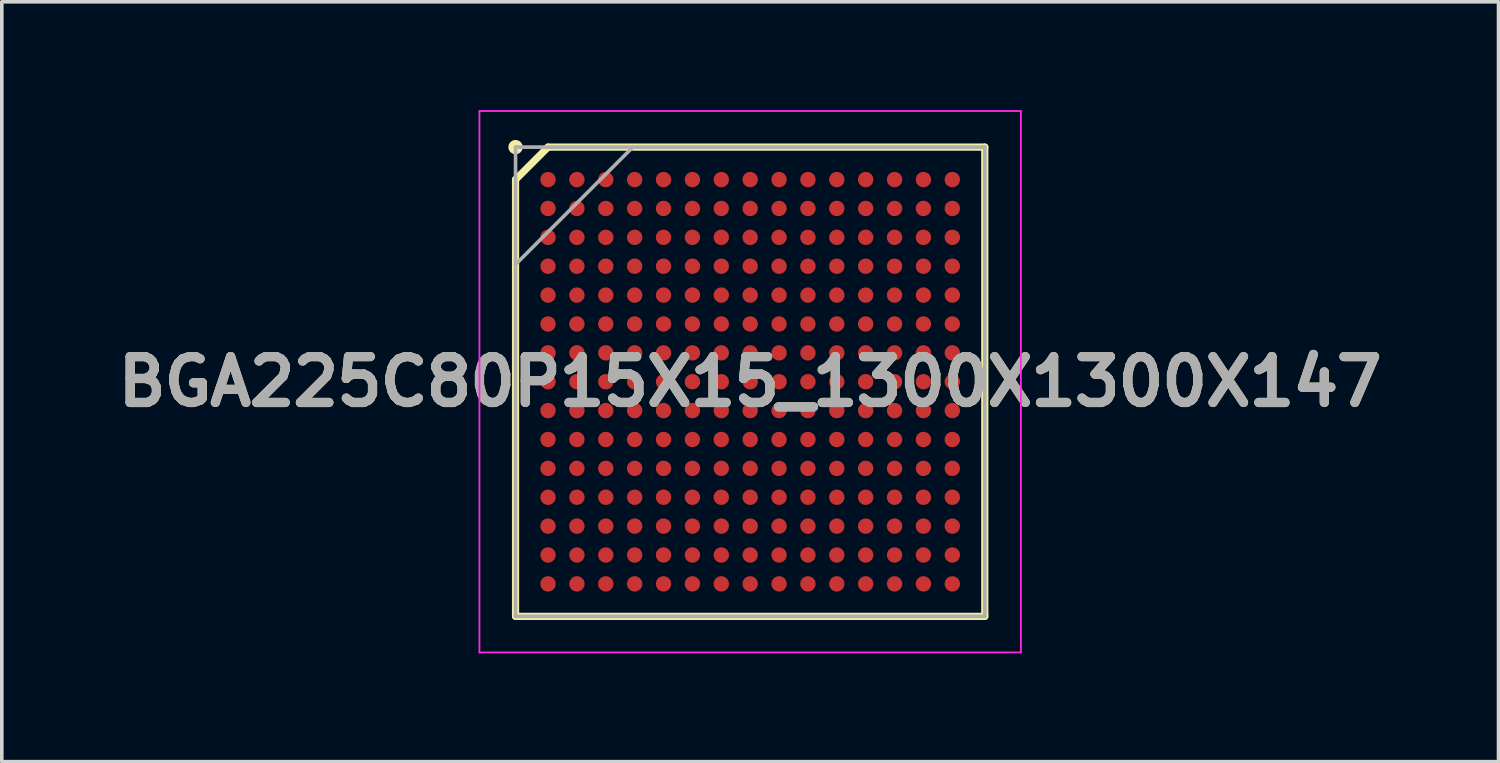
<source format=kicad_pcb>
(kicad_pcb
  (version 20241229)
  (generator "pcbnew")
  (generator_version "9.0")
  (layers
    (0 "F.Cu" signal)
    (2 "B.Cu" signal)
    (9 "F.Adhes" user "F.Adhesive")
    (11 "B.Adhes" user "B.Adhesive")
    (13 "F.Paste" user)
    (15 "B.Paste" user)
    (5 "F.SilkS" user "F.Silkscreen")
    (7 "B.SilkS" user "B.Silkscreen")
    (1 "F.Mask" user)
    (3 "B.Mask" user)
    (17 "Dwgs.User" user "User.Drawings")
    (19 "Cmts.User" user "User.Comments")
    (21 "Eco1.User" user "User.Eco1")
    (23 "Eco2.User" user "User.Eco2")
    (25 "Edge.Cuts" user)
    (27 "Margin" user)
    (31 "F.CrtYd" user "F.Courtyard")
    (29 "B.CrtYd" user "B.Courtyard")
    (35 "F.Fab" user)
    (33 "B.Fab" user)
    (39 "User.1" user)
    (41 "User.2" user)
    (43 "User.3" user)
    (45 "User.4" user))
  (footprint "BGA225C80P15X15_1300X1300X147"
    (layer "F.Cu")
    (at 17.732 7.525)
    (property "Reference" "BGA225C80P15X15_1300X1300X147" (at 0 0 0) (layer "F.SilkS") (effects (font (size 1.27 1.27) (thickness 0.254))))
    (attr smd)
    (fp_line (start -6.5 -5.6) (end -5.6 -6.5) (stroke (width 0.2) (type solid)) (layer "F.SilkS"))
    (fp_line (start -6.5 6.5) (end -6.5 -5.6) (stroke (width 0.2) (type solid)) (layer "F.SilkS"))
    (fp_line (start -5.6 -6.5) (end 6.5 -6.5) (stroke (width 0.2) (type solid)) (layer "F.SilkS"))
    (fp_line (start 6.5 -6.5) (end 6.5 6.5) (stroke (width 0.2) (type solid)) (layer "F.SilkS"))
    (fp_line (start 6.5 6.5) (end -6.5 6.5) (stroke (width 0.2) (type solid)) (layer "F.SilkS"))
    (fp_circle (center -6.5 -6.5) (end -6.5 -6.4) (stroke (width 0.2) (type solid)) (fill no) (layer "F.SilkS"))
    (fp_line (start -7.5 -7.5) (end 7.5 -7.5) (stroke (width 0.05) (type solid)) (layer "F.CrtYd"))
    (fp_line (start -7.5 7.5) (end -7.5 -7.5) (stroke (width 0.05) (type solid)) (layer "F.CrtYd"))
    (fp_line (start 7.5 -7.5) (end 7.5 7.5) (stroke (width 0.05) (type solid)) (layer "F.CrtYd"))
    (fp_line (start 7.5 7.5) (end -7.5 7.5) (stroke (width 0.05) (type solid)) (layer "F.CrtYd"))
    (fp_line (start -6.5 -6.5) (end 6.5 -6.5) (stroke (width 0.1) (type solid)) (layer "F.Fab"))
    (fp_line (start -6.5 -3.25) (end -3.25 -6.5) (stroke (width 0.1) (type solid)) (layer "F.Fab"))
    (fp_line (start -6.5 6.5) (end -6.5 -6.5) (stroke (width 0.1) (type solid)) (layer "F.Fab"))
    (fp_line (start 6.5 -6.5) (end 6.5 6.5) (stroke (width 0.1) (type solid)) (layer "F.Fab"))
    (fp_line (start 6.5 6.5) (end -6.5 6.5) (stroke (width 0.1) (type solid)) (layer "F.Fab"))
    (fp_text user "${REFERENCE}" (at 0 0 0) (layer "F.Fab") (effects (font (size 1.27 1.27) (thickness 0.254))))
    (pad "A1" smd circle (at -5.6 -5.6 90) (size 0.426 0.426) (layers "F.Cu" "F.Mask" "F.Paste"))
    (pad "A2" smd circle (at -4.8 -5.6 90) (size 0.426 0.426) (layers "F.Cu" "F.Mask" "F.Paste"))
    (pad "A3" smd circle (at -4 -5.6 90) (size 0.426 0.426) (layers "F.Cu" "F.Mask" "F.Paste"))
    (pad "A4" smd circle (at -3.2 -5.6 90) (size 0.426 0.426) (layers "F.Cu" "F.Mask" "F.Paste"))
    (pad "A5" smd circle (at -2.4 -5.6 90) (size 0.426 0.426) (layers "F.Cu" "F.Mask" "F.Paste"))
    (pad "A6" smd circle (at -1.6 -5.6 90) (size 0.426 0.426) (layers "F.Cu" "F.Mask" "F.Paste"))
    (pad "A7" smd circle (at -0.8 -5.6 90) (size 0.426 0.426) (layers "F.Cu" "F.Mask" "F.Paste"))
    (pad "A8" smd circle (at 0 -5.6 90) (size 0.426 0.426) (layers "F.Cu" "F.Mask" "F.Paste"))
    (pad "A9" smd circle (at 0.8 -5.6 90) (size 0.426 0.426) (layers "F.Cu" "F.Mask" "F.Paste"))
    (pad "A10" smd circle (at 1.6 -5.6 90) (size 0.426 0.426) (layers "F.Cu" "F.Mask" "F.Paste"))
    (pad "A11" smd circle (at 2.4 -5.6 90) (size 0.426 0.426) (layers "F.Cu" "F.Mask" "F.Paste"))
    (pad "A12" smd circle (at 3.2 -5.6 90) (size 0.426 0.426) (layers "F.Cu" "F.Mask" "F.Paste"))
    (pad "A13" smd circle (at 4 -5.6 90) (size 0.426 0.426) (layers "F.Cu" "F.Mask" "F.Paste"))
    (pad "A14" smd circle (at 4.8 -5.6 90) (size 0.426 0.426) (layers "F.Cu" "F.Mask" "F.Paste"))
    (pad "A15" smd circle (at 5.6 -5.6 90) (size 0.426 0.426) (layers "F.Cu" "F.Mask" "F.Paste"))
    (pad "B1" smd circle (at -5.6 -4.8 90) (size 0.426 0.426) (layers "F.Cu" "F.Mask" "F.Paste"))
    (pad "B2" smd circle (at -4.8 -4.8 90) (size 0.426 0.426) (layers "F.Cu" "F.Mask" "F.Paste"))
    (pad "B3" smd circle (at -4 -4.8 90) (size 0.426 0.426) (layers "F.Cu" "F.Mask" "F.Paste"))
    (pad "B4" smd circle (at -3.2 -4.8 90) (size 0.426 0.426) (layers "F.Cu" "F.Mask" "F.Paste"))
    (pad "B5" smd circle (at -2.4 -4.8 90) (size 0.426 0.426) (layers "F.Cu" "F.Mask" "F.Paste"))
    (pad "B6" smd circle (at -1.6 -4.8 90) (size 0.426 0.426) (layers "F.Cu" "F.Mask" "F.Paste"))
    (pad "B7" smd circle (at -0.8 -4.8 90) (size 0.426 0.426) (layers "F.Cu" "F.Mask" "F.Paste"))
    (pad "B8" smd circle (at 0 -4.8 90) (size 0.426 0.426) (layers "F.Cu" "F.Mask" "F.Paste"))
    (pad "B9" smd circle (at 0.8 -4.8 90) (size 0.426 0.426) (layers "F.Cu" "F.Mask" "F.Paste"))
    (pad "B10" smd circle (at 1.6 -4.8 90) (size 0.426 0.426) (layers "F.Cu" "F.Mask" "F.Paste"))
    (pad "B11" smd circle (at 2.4 -4.8 90) (size 0.426 0.426) (layers "F.Cu" "F.Mask" "F.Paste"))
    (pad "B12" smd circle (at 3.2 -4.8 90) (size 0.426 0.426) (layers "F.Cu" "F.Mask" "F.Paste"))
    (pad "B13" smd circle (at 4 -4.8 90) (size 0.426 0.426) (layers "F.Cu" "F.Mask" "F.Paste"))
    (pad "B14" smd circle (at 4.8 -4.8 90) (size 0.426 0.426) (layers "F.Cu" "F.Mask" "F.Paste"))
    (pad "B15" smd circle (at 5.6 -4.8 90) (size 0.426 0.426) (layers "F.Cu" "F.Mask" "F.Paste"))
    (pad "C1" smd circle (at -5.6 -4 90) (size 0.426 0.426) (layers "F.Cu" "F.Mask" "F.Paste"))
    (pad "C2" smd circle (at -4.8 -4 90) (size 0.426 0.426) (layers "F.Cu" "F.Mask" "F.Paste"))
    (pad "C3" smd circle (at -4 -4 90) (size 0.426 0.426) (layers "F.Cu" "F.Mask" "F.Paste"))
    (pad "C4" smd circle (at -3.2 -4 90) (size 0.426 0.426) (layers "F.Cu" "F.Mask" "F.Paste"))
    (pad "C5" smd circle (at -2.4 -4 90) (size 0.426 0.426) (layers "F.Cu" "F.Mask" "F.Paste"))
    (pad "C6" smd circle (at -1.6 -4 90) (size 0.426 0.426) (layers "F.Cu" "F.Mask" "F.Paste"))
    (pad "C7" smd circle (at -0.8 -4 90) (size 0.426 0.426) (layers "F.Cu" "F.Mask" "F.Paste"))
    (pad "C8" smd circle (at 0 -4 90) (size 0.426 0.426) (layers "F.Cu" "F.Mask" "F.Paste"))
    (pad "C9" smd circle (at 0.8 -4 90) (size 0.426 0.426) (layers "F.Cu" "F.Mask" "F.Paste"))
    (pad "C10" smd circle (at 1.6 -4 90) (size 0.426 0.426) (layers "F.Cu" "F.Mask" "F.Paste"))
    (pad "C11" smd circle (at 2.4 -4 90) (size 0.426 0.426) (layers "F.Cu" "F.Mask" "F.Paste"))
    (pad "C12" smd circle (at 3.2 -4 90) (size 0.426 0.426) (layers "F.Cu" "F.Mask" "F.Paste"))
    (pad "C13" smd circle (at 4 -4 90) (size 0.426 0.426) (layers "F.Cu" "F.Mask" "F.Paste"))
    (pad "C14" smd circle (at 4.8 -4 90) (size 0.426 0.426) (layers "F.Cu" "F.Mask" "F.Paste"))
    (pad "C15" smd circle (at 5.6 -4 90) (size 0.426 0.426) (layers "F.Cu" "F.Mask" "F.Paste"))
    (pad "D1" smd circle (at -5.6 -3.2 90) (size 0.426 0.426) (layers "F.Cu" "F.Mask" "F.Paste"))
    (pad "D2" smd circle (at -4.8 -3.2 90) (size 0.426 0.426) (layers "F.Cu" "F.Mask" "F.Paste"))
    (pad "D3" smd circle (at -4 -3.2 90) (size 0.426 0.426) (layers "F.Cu" "F.Mask" "F.Paste"))
    (pad "D4" smd circle (at -3.2 -3.2 90) (size 0.426 0.426) (layers "F.Cu" "F.Mask" "F.Paste"))
    (pad "D5" smd circle (at -2.4 -3.2 90) (size 0.426 0.426) (layers "F.Cu" "F.Mask" "F.Paste"))
    (pad "D6" smd circle (at -1.6 -3.2 90) (size 0.426 0.426) (layers "F.Cu" "F.Mask" "F.Paste"))
    (pad "D7" smd circle (at -0.8 -3.2 90) (size 0.426 0.426) (layers "F.Cu" "F.Mask" "F.Paste"))
    (pad "D8" smd circle (at 0 -3.2 90) (size 0.426 0.426) (layers "F.Cu" "F.Mask" "F.Paste"))
    (pad "D9" smd circle (at 0.8 -3.2 90) (size 0.426 0.426) (layers "F.Cu" "F.Mask" "F.Paste"))
    (pad "D10" smd circle (at 1.6 -3.2 90) (size 0.426 0.426) (layers "F.Cu" "F.Mask" "F.Paste"))
    (pad "D11" smd circle (at 2.4 -3.2 90) (size 0.426 0.426) (layers "F.Cu" "F.Mask" "F.Paste"))
    (pad "D12" smd circle (at 3.2 -3.2 90) (size 0.426 0.426) (layers "F.Cu" "F.Mask" "F.Paste"))
    (pad "D13" smd circle (at 4 -3.2 90) (size 0.426 0.426) (layers "F.Cu" "F.Mask" "F.Paste"))
    (pad "D14" smd circle (at 4.8 -3.2 90) (size 0.426 0.426) (layers "F.Cu" "F.Mask" "F.Paste"))
    (pad "D15" smd circle (at 5.6 -3.2 90) (size 0.426 0.426) (layers "F.Cu" "F.Mask" "F.Paste"))
    (pad "E1" smd circle (at -5.6 -2.4 90) (size 0.426 0.426) (layers "F.Cu" "F.Mask" "F.Paste"))
    (pad "E2" smd circle (at -4.8 -2.4 90) (size 0.426 0.426) (layers "F.Cu" "F.Mask" "F.Paste"))
    (pad "E3" smd circle (at -4 -2.4 90) (size 0.426 0.426) (layers "F.Cu" "F.Mask" "F.Paste"))
    (pad "E4" smd circle (at -3.2 -2.4 90) (size 0.426 0.426) (layers "F.Cu" "F.Mask" "F.Paste"))
    (pad "E5" smd circle (at -2.4 -2.4 90) (size 0.426 0.426) (layers "F.Cu" "F.Mask" "F.Paste"))
    (pad "E6" smd circle (at -1.6 -2.4 90) (size 0.426 0.426) (layers "F.Cu" "F.Mask" "F.Paste"))
    (pad "E7" smd circle (at -0.8 -2.4 90) (size 0.426 0.426) (layers "F.Cu" "F.Mask" "F.Paste"))
    (pad "E8" smd circle (at 0 -2.4 90) (size 0.426 0.426) (layers "F.Cu" "F.Mask" "F.Paste"))
    (pad "E9" smd circle (at 0.8 -2.4 90) (size 0.426 0.426) (layers "F.Cu" "F.Mask" "F.Paste"))
    (pad "E10" smd circle (at 1.6 -2.4 90) (size 0.426 0.426) (layers "F.Cu" "F.Mask" "F.Paste"))
    (pad "E11" smd circle (at 2.4 -2.4 90) (size 0.426 0.426) (layers "F.Cu" "F.Mask" "F.Paste"))
    (pad "E12" smd circle (at 3.2 -2.4 90) (size 0.426 0.426) (layers "F.Cu" "F.Mask" "F.Paste"))
    (pad "E13" smd circle (at 4 -2.4 90) (size 0.426 0.426) (layers "F.Cu" "F.Mask" "F.Paste"))
    (pad "E14" smd circle (at 4.8 -2.4 90) (size 0.426 0.426) (layers "F.Cu" "F.Mask" "F.Paste"))
    (pad "E15" smd circle (at 5.6 -2.4 90) (size 0.426 0.426) (layers "F.Cu" "F.Mask" "F.Paste"))
    (pad "F1" smd circle (at -5.6 -1.6 90) (size 0.426 0.426) (layers "F.Cu" "F.Mask" "F.Paste"))
    (pad "F2" smd circle (at -4.8 -1.6 90) (size 0.426 0.426) (layers "F.Cu" "F.Mask" "F.Paste"))
    (pad "F3" smd circle (at -4 -1.6 90) (size 0.426 0.426) (layers "F.Cu" "F.Mask" "F.Paste"))
    (pad "F4" smd circle (at -3.2 -1.6 90) (size 0.426 0.426) (layers "F.Cu" "F.Mask" "F.Paste"))
    (pad "F5" smd circle (at -2.4 -1.6 90) (size 0.426 0.426) (layers "F.Cu" "F.Mask" "F.Paste"))
    (pad "F6" smd circle (at -1.6 -1.6 90) (size 0.426 0.426) (layers "F.Cu" "F.Mask" "F.Paste"))
    (pad "F7" smd circle (at -0.8 -1.6 90) (size 0.426 0.426) (layers "F.Cu" "F.Mask" "F.Paste"))
    (pad "F8" smd circle (at 0 -1.6 90) (size 0.426 0.426) (layers "F.Cu" "F.Mask" "F.Paste"))
    (pad "F9" smd circle (at 0.8 -1.6 90) (size 0.426 0.426) (layers "F.Cu" "F.Mask" "F.Paste"))
    (pad "F10" smd circle (at 1.6 -1.6 90) (size 0.426 0.426) (layers "F.Cu" "F.Mask" "F.Paste"))
    (pad "F11" smd circle (at 2.4 -1.6 90) (size 0.426 0.426) (layers "F.Cu" "F.Mask" "F.Paste"))
    (pad "F12" smd circle (at 3.2 -1.6 90) (size 0.426 0.426) (layers "F.Cu" "F.Mask" "F.Paste"))
    (pad "F13" smd circle (at 4 -1.6 90) (size 0.426 0.426) (layers "F.Cu" "F.Mask" "F.Paste"))
    (pad "F14" smd circle (at 4.8 -1.6 90) (size 0.426 0.426) (layers "F.Cu" "F.Mask" "F.Paste"))
    (pad "F15" smd circle (at 5.6 -1.6 90) (size 0.426 0.426) (layers "F.Cu" "F.Mask" "F.Paste"))
    (pad "G1" smd circle (at -5.6 -0.8 90) (size 0.426 0.426) (layers "F.Cu" "F.Mask" "F.Paste"))
    (pad "G2" smd circle (at -4.8 -0.8 90) (size 0.426 0.426) (layers "F.Cu" "F.Mask" "F.Paste"))
    (pad "G3" smd circle (at -4 -0.8 90) (size 0.426 0.426) (layers "F.Cu" "F.Mask" "F.Paste"))
    (pad "G4" smd circle (at -3.2 -0.8 90) (size 0.426 0.426) (layers "F.Cu" "F.Mask" "F.Paste"))
    (pad "G5" smd circle (at -2.4 -0.8 90) (size 0.426 0.426) (layers "F.Cu" "F.Mask" "F.Paste"))
    (pad "G6" smd circle (at -1.6 -0.8 90) (size 0.426 0.426) (layers "F.Cu" "F.Mask" "F.Paste"))
    (pad "G7" smd circle (at -0.8 -0.8 90) (size 0.426 0.426) (layers "F.Cu" "F.Mask" "F.Paste"))
    (pad "G8" smd circle (at 0 -0.8 90) (size 0.426 0.426) (layers "F.Cu" "F.Mask" "F.Paste"))
    (pad "G9" smd circle (at 0.8 -0.8 90) (size 0.426 0.426) (layers "F.Cu" "F.Mask" "F.Paste"))
    (pad "G10" smd circle (at 1.6 -0.8 90) (size 0.426 0.426) (layers "F.Cu" "F.Mask" "F.Paste"))
    (pad "G11" smd circle (at 2.4 -0.8 90) (size 0.426 0.426) (layers "F.Cu" "F.Mask" "F.Paste"))
    (pad "G12" smd circle (at 3.2 -0.8 90) (size 0.426 0.426) (layers "F.Cu" "F.Mask" "F.Paste"))
    (pad "G13" smd circle (at 4 -0.8 90) (size 0.426 0.426) (layers "F.Cu" "F.Mask" "F.Paste"))
    (pad "G14" smd circle (at 4.8 -0.8 90) (size 0.426 0.426) (layers "F.Cu" "F.Mask" "F.Paste"))
    (pad "G15" smd circle (at 5.6 -0.8 90) (size 0.426 0.426) (layers "F.Cu" "F.Mask" "F.Paste"))
    (pad "H1" smd circle (at -5.6 0 90) (size 0.426 0.426) (layers "F.Cu" "F.Mask" "F.Paste"))
    (pad "H2" smd circle (at -4.8 0 90) (size 0.426 0.426) (layers "F.Cu" "F.Mask" "F.Paste"))
    (pad "H3" smd circle (at -4 0 90) (size 0.426 0.426) (layers "F.Cu" "F.Mask" "F.Paste"))
    (pad "H4" smd circle (at -3.2 0 90) (size 0.426 0.426) (layers "F.Cu" "F.Mask" "F.Paste"))
    (pad "H5" smd circle (at -2.4 0 90) (size 0.426 0.426) (layers "F.Cu" "F.Mask" "F.Paste"))
    (pad "H6" smd circle (at -1.6 0 90) (size 0.426 0.426) (layers "F.Cu" "F.Mask" "F.Paste"))
    (pad "H7" smd circle (at -0.8 0 90) (size 0.426 0.426) (layers "F.Cu" "F.Mask" "F.Paste"))
    (pad "H8" smd circle (at 0 0 90) (size 0.426 0.426) (layers "F.Cu" "F.Mask" "F.Paste"))
    (pad "H9" smd circle (at 0.8 0 90) (size 0.426 0.426) (layers "F.Cu" "F.Mask" "F.Paste"))
    (pad "H10" smd circle (at 1.6 0 90) (size 0.426 0.426) (layers "F.Cu" "F.Mask" "F.Paste"))
    (pad "H11" smd circle (at 2.4 0 90) (size 0.426 0.426) (layers "F.Cu" "F.Mask" "F.Paste"))
    (pad "H12" smd circle (at 3.2 0 90) (size 0.426 0.426) (layers "F.Cu" "F.Mask" "F.Paste"))
    (pad "H13" smd circle (at 4 0 90) (size 0.426 0.426) (layers "F.Cu" "F.Mask" "F.Paste"))
    (pad "H14" smd circle (at 4.8 0 90) (size 0.426 0.426) (layers "F.Cu" "F.Mask" "F.Paste"))
    (pad "H15" smd circle (at 5.6 0 90) (size 0.426 0.426) (layers "F.Cu" "F.Mask" "F.Paste"))
    (pad "J1" smd circle (at -5.6 0.8 90) (size 0.426 0.426) (layers "F.Cu" "F.Mask" "F.Paste"))
    (pad "J2" smd circle (at -4.8 0.8 90) (size 0.426 0.426) (layers "F.Cu" "F.Mask" "F.Paste"))
    (pad "J3" smd circle (at -4 0.8 90) (size 0.426 0.426) (layers "F.Cu" "F.Mask" "F.Paste"))
    (pad "J4" smd circle (at -3.2 0.8 90) (size 0.426 0.426) (layers "F.Cu" "F.Mask" "F.Paste"))
    (pad "J5" smd circle (at -2.4 0.8 90) (size 0.426 0.426) (layers "F.Cu" "F.Mask" "F.Paste"))
    (pad "J6" smd circle (at -1.6 0.8 90) (size 0.426 0.426) (layers "F.Cu" "F.Mask" "F.Paste"))
    (pad "J7" smd circle (at -0.8 0.8 90) (size 0.426 0.426) (layers "F.Cu" "F.Mask" "F.Paste"))
    (pad "J8" smd circle (at 0 0.8 90) (size 0.426 0.426) (layers "F.Cu" "F.Mask" "F.Paste"))
    (pad "J9" smd circle (at 0.8 0.8 90) (size 0.426 0.426) (layers "F.Cu" "F.Mask" "F.Paste"))
    (pad "J10" smd circle (at 1.6 0.8 90) (size 0.426 0.426) (layers "F.Cu" "F.Mask" "F.Paste"))
    (pad "J11" smd circle (at 2.4 0.8 90) (size 0.426 0.426) (layers "F.Cu" "F.Mask" "F.Paste"))
    (pad "J12" smd circle (at 3.2 0.8 90) (size 0.426 0.426) (layers "F.Cu" "F.Mask" "F.Paste"))
    (pad "J13" smd circle (at 4 0.8 90) (size 0.426 0.426) (layers "F.Cu" "F.Mask" "F.Paste"))
    (pad "J14" smd circle (at 4.8 0.8 90) (size 0.426 0.426) (layers "F.Cu" "F.Mask" "F.Paste"))
    (pad "J15" smd circle (at 5.6 0.8 90) (size 0.426 0.426) (layers "F.Cu" "F.Mask" "F.Paste"))
    (pad "K1" smd circle (at -5.6 1.6 90) (size 0.426 0.426) (layers "F.Cu" "F.Mask" "F.Paste"))
    (pad "K2" smd circle (at -4.8 1.6 90) (size 0.426 0.426) (layers "F.Cu" "F.Mask" "F.Paste"))
    (pad "K3" smd circle (at -4 1.6 90) (size 0.426 0.426) (layers "F.Cu" "F.Mask" "F.Paste"))
    (pad "K4" smd circle (at -3.2 1.6 90) (size 0.426 0.426) (layers "F.Cu" "F.Mask" "F.Paste"))
    (pad "K5" smd circle (at -2.4 1.6 90) (size 0.426 0.426) (layers "F.Cu" "F.Mask" "F.Paste"))
    (pad "K6" smd circle (at -1.6 1.6 90) (size 0.426 0.426) (layers "F.Cu" "F.Mask" "F.Paste"))
    (pad "K7" smd circle (at -0.8 1.6 90) (size 0.426 0.426) (layers "F.Cu" "F.Mask" "F.Paste"))
    (pad "K8" smd circle (at 0 1.6 90) (size 0.426 0.426) (layers "F.Cu" "F.Mask" "F.Paste"))
    (pad "K9" smd circle (at 0.8 1.6 90) (size 0.426 0.426) (layers "F.Cu" "F.Mask" "F.Paste"))
    (pad "K10" smd circle (at 1.6 1.6 90) (size 0.426 0.426) (layers "F.Cu" "F.Mask" "F.Paste"))
    (pad "K11" smd circle (at 2.4 1.6 90) (size 0.426 0.426) (layers "F.Cu" "F.Mask" "F.Paste"))
    (pad "K12" smd circle (at 3.2 1.6 90) (size 0.426 0.426) (layers "F.Cu" "F.Mask" "F.Paste"))
    (pad "K13" smd circle (at 4 1.6 90) (size 0.426 0.426) (layers "F.Cu" "F.Mask" "F.Paste"))
    (pad "K14" smd circle (at 4.8 1.6 90) (size 0.426 0.426) (layers "F.Cu" "F.Mask" "F.Paste"))
    (pad "K15" smd circle (at 5.6 1.6 90) (size 0.426 0.426) (layers "F.Cu" "F.Mask" "F.Paste"))
    (pad "L1" smd circle (at -5.6 2.4 90) (size 0.426 0.426) (layers "F.Cu" "F.Mask" "F.Paste"))
    (pad "L2" smd circle (at -4.8 2.4 90) (size 0.426 0.426) (layers "F.Cu" "F.Mask" "F.Paste"))
    (pad "L3" smd circle (at -4 2.4 90) (size 0.426 0.426) (layers "F.Cu" "F.Mask" "F.Paste"))
    (pad "L4" smd circle (at -3.2 2.4 90) (size 0.426 0.426) (layers "F.Cu" "F.Mask" "F.Paste"))
    (pad "L5" smd circle (at -2.4 2.4 90) (size 0.426 0.426) (layers "F.Cu" "F.Mask" "F.Paste"))
    (pad "L6" smd circle (at -1.6 2.4 90) (size 0.426 0.426) (layers "F.Cu" "F.Mask" "F.Paste"))
    (pad "L7" smd circle (at -0.8 2.4 90) (size 0.426 0.426) (layers "F.Cu" "F.Mask" "F.Paste"))
    (pad "L8" smd circle (at 0 2.4 90) (size 0.426 0.426) (layers "F.Cu" "F.Mask" "F.Paste"))
    (pad "L9" smd circle (at 0.8 2.4 90) (size 0.426 0.426) (layers "F.Cu" "F.Mask" "F.Paste"))
    (pad "L10" smd circle (at 1.6 2.4 90) (size 0.426 0.426) (layers "F.Cu" "F.Mask" "F.Paste"))
    (pad "L11" smd circle (at 2.4 2.4 90) (size 0.426 0.426) (layers "F.Cu" "F.Mask" "F.Paste"))
    (pad "L12" smd circle (at 3.2 2.4 90) (size 0.426 0.426) (layers "F.Cu" "F.Mask" "F.Paste"))
    (pad "L13" smd circle (at 4 2.4 90) (size 0.426 0.426) (layers "F.Cu" "F.Mask" "F.Paste"))
    (pad "L14" smd circle (at 4.8 2.4 90) (size 0.426 0.426) (layers "F.Cu" "F.Mask" "F.Paste"))
    (pad "L15" smd circle (at 5.6 2.4 90) (size 0.426 0.426) (layers "F.Cu" "F.Mask" "F.Paste"))
    (pad "M1" smd circle (at -5.6 3.2 90) (size 0.426 0.426) (layers "F.Cu" "F.Mask" "F.Paste"))
    (pad "M2" smd circle (at -4.8 3.2 90) (size 0.426 0.426) (layers "F.Cu" "F.Mask" "F.Paste"))
    (pad "M3" smd circle (at -4 3.2 90) (size 0.426 0.426) (layers "F.Cu" "F.Mask" "F.Paste"))
    (pad "M4" smd circle (at -3.2 3.2 90) (size 0.426 0.426) (layers "F.Cu" "F.Mask" "F.Paste"))
    (pad "M5" smd circle (at -2.4 3.2 90) (size 0.426 0.426) (layers "F.Cu" "F.Mask" "F.Paste"))
    (pad "M6" smd circle (at -1.6 3.2 90) (size 0.426 0.426) (layers "F.Cu" "F.Mask" "F.Paste"))
    (pad "M7" smd circle (at -0.8 3.2 90) (size 0.426 0.426) (layers "F.Cu" "F.Mask" "F.Paste"))
    (pad "M8" smd circle (at 0 3.2 90) (size 0.426 0.426) (layers "F.Cu" "F.Mask" "F.Paste"))
    (pad "M9" smd circle (at 0.8 3.2 90) (size 0.426 0.426) (layers "F.Cu" "F.Mask" "F.Paste"))
    (pad "M10" smd circle (at 1.6 3.2 90) (size 0.426 0.426) (layers "F.Cu" "F.Mask" "F.Paste"))
    (pad "M11" smd circle (at 2.4 3.2 90) (size 0.426 0.426) (layers "F.Cu" "F.Mask" "F.Paste"))
    (pad "M12" smd circle (at 3.2 3.2 90) (size 0.426 0.426) (layers "F.Cu" "F.Mask" "F.Paste"))
    (pad "M13" smd circle (at 4 3.2 90) (size 0.426 0.426) (layers "F.Cu" "F.Mask" "F.Paste"))
    (pad "M14" smd circle (at 4.8 3.2 90) (size 0.426 0.426) (layers "F.Cu" "F.Mask" "F.Paste"))
    (pad "M15" smd circle (at 5.6 3.2 90) (size 0.426 0.426) (layers "F.Cu" "F.Mask" "F.Paste"))
    (pad "N1" smd circle (at -5.6 4 90) (size 0.426 0.426) (layers "F.Cu" "F.Mask" "F.Paste"))
    (pad "N2" smd circle (at -4.8 4 90) (size 0.426 0.426) (layers "F.Cu" "F.Mask" "F.Paste"))
    (pad "N3" smd circle (at -4 4 90) (size 0.426 0.426) (layers "F.Cu" "F.Mask" "F.Paste"))
    (pad "N4" smd circle (at -3.2 4 90) (size 0.426 0.426) (layers "F.Cu" "F.Mask" "F.Paste"))
    (pad "N5" smd circle (at -2.4 4 90) (size 0.426 0.426) (layers "F.Cu" "F.Mask" "F.Paste"))
    (pad "N6" smd circle (at -1.6 4 90) (size 0.426 0.426) (layers "F.Cu" "F.Mask" "F.Paste"))
    (pad "N7" smd circle (at -0.8 4 90) (size 0.426 0.426) (layers "F.Cu" "F.Mask" "F.Paste"))
    (pad "N8" smd circle (at 0 4 90) (size 0.426 0.426) (layers "F.Cu" "F.Mask" "F.Paste"))
    (pad "N9" smd circle (at 0.8 4 90) (size 0.426 0.426) (layers "F.Cu" "F.Mask" "F.Paste"))
    (pad "N10" smd circle (at 1.6 4 90) (size 0.426 0.426) (layers "F.Cu" "F.Mask" "F.Paste"))
    (pad "N11" smd circle (at 2.4 4 90) (size 0.426 0.426) (layers "F.Cu" "F.Mask" "F.Paste"))
    (pad "N12" smd circle (at 3.2 4 90) (size 0.426 0.426) (layers "F.Cu" "F.Mask" "F.Paste"))
    (pad "N13" smd circle (at 4 4 90) (size 0.426 0.426) (layers "F.Cu" "F.Mask" "F.Paste"))
    (pad "N14" smd circle (at 4.8 4 90) (size 0.426 0.426) (layers "F.Cu" "F.Mask" "F.Paste"))
    (pad "N15" smd circle (at 5.6 4 90) (size 0.426 0.426) (layers "F.Cu" "F.Mask" "F.Paste"))
    (pad "P1" smd circle (at -5.6 4.8 90) (size 0.426 0.426) (layers "F.Cu" "F.Mask" "F.Paste"))
    (pad "P2" smd circle (at -4.8 4.8 90) (size 0.426 0.426) (layers "F.Cu" "F.Mask" "F.Paste"))
    (pad "P3" smd circle (at -4 4.8 90) (size 0.426 0.426) (layers "F.Cu" "F.Mask" "F.Paste"))
    (pad "P4" smd circle (at -3.2 4.8 90) (size 0.426 0.426) (layers "F.Cu" "F.Mask" "F.Paste"))
    (pad "P5" smd circle (at -2.4 4.8 90) (size 0.426 0.426) (layers "F.Cu" "F.Mask" "F.Paste"))
    (pad "P6" smd circle (at -1.6 4.8 90) (size 0.426 0.426) (layers "F.Cu" "F.Mask" "F.Paste"))
    (pad "P7" smd circle (at -0.8 4.8 90) (size 0.426 0.426) (layers "F.Cu" "F.Mask" "F.Paste"))
    (pad "P8" smd circle (at 0 4.8 90) (size 0.426 0.426) (layers "F.Cu" "F.Mask" "F.Paste"))
    (pad "P9" smd circle (at 0.8 4.8 90) (size 0.426 0.426) (layers "F.Cu" "F.Mask" "F.Paste"))
    (pad "P10" smd circle (at 1.6 4.8 90) (size 0.426 0.426) (layers "F.Cu" "F.Mask" "F.Paste"))
    (pad "P11" smd circle (at 2.4 4.8 90) (size 0.426 0.426) (layers "F.Cu" "F.Mask" "F.Paste"))
    (pad "P12" smd circle (at 3.2 4.8 90) (size 0.426 0.426) (layers "F.Cu" "F.Mask" "F.Paste"))
    (pad "P13" smd circle (at 4 4.8 90) (size 0.426 0.426) (layers "F.Cu" "F.Mask" "F.Paste"))
    (pad "P14" smd circle (at 4.8 4.8 90) (size 0.426 0.426) (layers "F.Cu" "F.Mask" "F.Paste"))
    (pad "P15" smd circle (at 5.6 4.8 90) (size 0.426 0.426) (layers "F.Cu" "F.Mask" "F.Paste"))
    (pad "R1" smd circle (at -5.6 5.6 90) (size 0.426 0.426) (layers "F.Cu" "F.Mask" "F.Paste"))
    (pad "R2" smd circle (at -4.8 5.6 90) (size 0.426 0.426) (layers "F.Cu" "F.Mask" "F.Paste"))
    (pad "R3" smd circle (at -4 5.6 90) (size 0.426 0.426) (layers "F.Cu" "F.Mask" "F.Paste"))
    (pad "R4" smd circle (at -3.2 5.6 90) (size 0.426 0.426) (layers "F.Cu" "F.Mask" "F.Paste"))
    (pad "R5" smd circle (at -2.4 5.6 90) (size 0.426 0.426) (layers "F.Cu" "F.Mask" "F.Paste"))
    (pad "R6" smd circle (at -1.6 5.6 90) (size 0.426 0.426) (layers "F.Cu" "F.Mask" "F.Paste"))
    (pad "R7" smd circle (at -0.8 5.6 90) (size 0.426 0.426) (layers "F.Cu" "F.Mask" "F.Paste"))
    (pad "R8" smd circle (at 0 5.6 90) (size 0.426 0.426) (layers "F.Cu" "F.Mask" "F.Paste"))
    (pad "R9" smd circle (at 0.8 5.6 90) (size 0.426 0.426) (layers "F.Cu" "F.Mask" "F.Paste"))
    (pad "R10" smd circle (at 1.6 5.6 90) (size 0.426 0.426) (layers "F.Cu" "F.Mask" "F.Paste"))
    (pad "R11" smd circle (at 2.4 5.6 90) (size 0.426 0.426) (layers "F.Cu" "F.Mask" "F.Paste"))
    (pad "R12" smd circle (at 3.2 5.6 90) (size 0.426 0.426) (layers "F.Cu" "F.Mask" "F.Paste"))
    (pad "R13" smd circle (at 4 5.6 90) (size 0.426 0.426) (layers "F.Cu" "F.Mask" "F.Paste"))
    (pad "R14" smd circle (at 4.8 5.6 90) (size 0.426 0.426) (layers "F.Cu" "F.Mask" "F.Paste"))
    (pad "R15" smd circle (at 5.6 5.6 90) (size 0.426 0.426) (layers "F.Cu" "F.Mask" "F.Paste")))
  (gr_rect
    (start -3 -3)
    (end 38.463 18.05)
    (stroke (width 0.1) (type default))
    (fill no)
    (layer "Edge.Cuts")))
</source>
